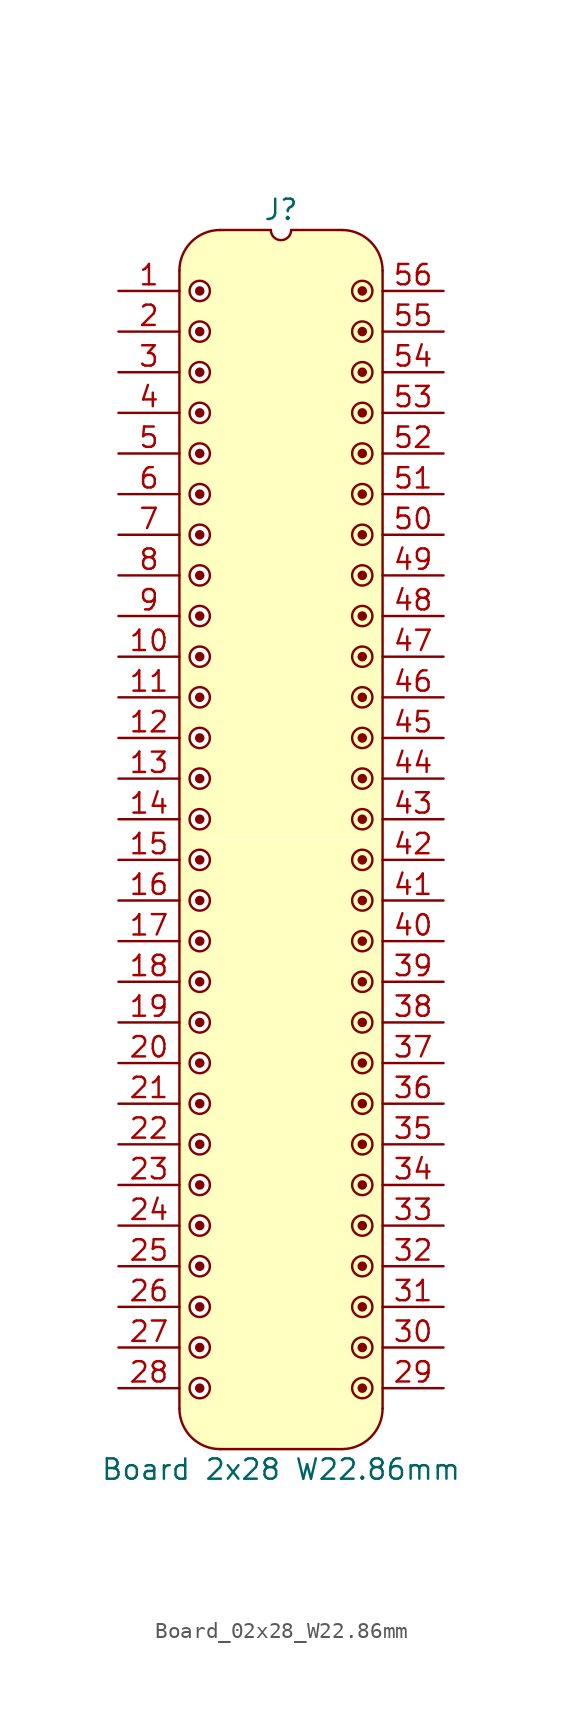
<source format=kicad_sym>
(kicad_symbol_lib
  (version 20241209)
  (generator "kicad_symbol_editor")
  (generator_version "9.0")
  (symbol "Board_02x28_W22.86mm"
    (pin_names
      (offset 1.016)
      (hide yes))
    (property "Reference" "J"
      (at 0 5.08 0)
      (effects (font (size 1.27 1.27))))
    (property "Value" "Board 2x28 W22.86mm"
      (at 0 -73.66 0)
      (effects (font (size 1.27 1.27))))
    (symbol "Board_02x28_W22.86mm_0_1"
      (polyline (pts (xy -6.35 1.27) (xy -6.35 -69.85)) (stroke (width 0) (type default)) (fill (type none)))
      (arc (start -3.8102 -72.3898) (mid -5.6063 -71.6459) (end -6.3502 -69.8498) (stroke (width 0) (type default)) (fill (type none)))
      (arc (start -6.35 1.27) (mid -5.6061 3.0661) (end -3.81 3.81) (stroke (width 0) (type default)) (fill (type none)))
      (polyline (pts (xy -3.81 3.81) (xy -0.635 3.81)) (stroke (width 0) (type default)) (fill (type none)))
      (arc (start 0.635 3.81) (mid 0 3.175) (end -0.635 3.81) (stroke (width 0) (type default)) (fill (type none)))
      (polyline (pts (xy 0.635 3.81) (xy 3.81 3.81)) (stroke (width 0) (type default)) (fill (type none)))
      (polyline (pts (xy 3.81 -72.39) (xy -3.81 -72.39)) (stroke (width 0) (type default)) (fill (type none)))
      (arc (start 3.81 3.81) (mid 5.6061 3.0661) (end 6.35 1.27) (stroke (width 0) (type default)) (fill (type none)))
      (arc (start 6.3498 -69.8498) (mid 5.6059 -71.6459) (end 3.8098 -72.3898) (stroke (width 0) (type default)) (fill (type none)))
      (polyline (pts (xy 6.35 -69.85) (xy 6.35 1.27)) (stroke (width 0) (type default)) (fill (type none))))
    (symbol "Board_02x28_W22.86mm_1_1"
      (polyline (pts (xy -6.35 1.27) (xy -6.096 2.286) (xy -5.588 3.048) (xy -4.826 3.556) (xy -4.064 3.81) (xy -0.762 3.81) (xy -0.508 3.302) (xy 0 3.048) (xy 0 -34.29) (xy -6.35 -34.29) (xy -6.35 1.27)) (stroke (width -0.0001) (type solid)) (fill (type background)))
      (polyline (pts (xy -6.35 -34.29) (xy 0 -34.29) (xy 0 -72.39) (xy -3.81 -72.39) (xy -4.826 -72.136) (xy -5.588 -71.628) (xy -6.096 -70.866) (xy -6.35 -69.85) (xy -6.35 -29.21)) (stroke (width -0.0001) (type solid)) (fill (type background)))
      (circle (center -5.08 0) (radius 0.0001) (stroke (width 0.3) (type solid)) (fill (type none)))
      (circle (center -5.08 0) (radius 0.635) (stroke (width 0) (type solid)) (fill (type color) (color 255 255 255 1)))
      (circle (center -5.08 -2.54) (radius 0.0001) (stroke (width 0.3) (type solid)) (fill (type none)))
      (circle (center -5.08 -2.54) (radius 0.635) (stroke (width 0) (type solid)) (fill (type color) (color 255 255 255 1)))
      (circle (center -5.08 -5.08) (radius 0.0001) (stroke (width 0.3) (type solid)) (fill (type none)))
      (circle (center -5.08 -5.08) (radius 0.635) (stroke (width 0) (type solid)) (fill (type color) (color 255 255 255 1)))
      (circle (center -5.08 -7.62) (radius 0.0001) (stroke (width 0.3) (type solid)) (fill (type none)))
      (circle (center -5.08 -7.62) (radius 0.635) (stroke (width 0) (type solid)) (fill (type color) (color 255 255 255 1)))
      (circle (center -5.08 -10.16) (radius 0.0001) (stroke (width 0.3) (type solid)) (fill (type none)))
      (circle (center -5.08 -10.16) (radius 0.635) (stroke (width 0) (type solid)) (fill (type color) (color 255 255 255 1)))
      (circle (center -5.08 -12.7) (radius 0.0001) (stroke (width 0.3) (type solid)) (fill (type none)))
      (circle (center -5.08 -12.7) (radius 0.635) (stroke (width 0) (type solid)) (fill (type color) (color 255 255 255 1)))
      (circle (center -5.08 -15.24) (radius 0.0001) (stroke (width 0.3) (type solid)) (fill (type none)))
      (circle (center -5.08 -15.24) (radius 0.635) (stroke (width 0) (type solid)) (fill (type color) (color 255 255 255 1)))
      (circle (center -5.08 -17.78) (radius 0.0001) (stroke (width 0.3) (type solid)) (fill (type none)))
      (circle (center -5.08 -17.78) (radius 0.635) (stroke (width 0) (type solid)) (fill (type color) (color 255 255 255 1)))
      (circle (center -5.08 -20.32) (radius 0.0001) (stroke (width 0.3) (type solid)) (fill (type none)))
      (circle (center -5.08 -20.32) (radius 0.635) (stroke (width 0) (type solid)) (fill (type color) (color 255 255 255 1)))
      (circle (center -5.08 -22.86) (radius 0.0001) (stroke (width 0.3) (type solid)) (fill (type none)))
      (circle (center -5.08 -22.86) (radius 0.635) (stroke (width 0) (type solid)) (fill (type color) (color 255 255 255 1)))
      (circle (center -5.08 -25.4) (radius 0.0001) (stroke (width 0.3) (type solid)) (fill (type none)))
      (circle (center -5.08 -25.4) (radius 0.635) (stroke (width 0) (type solid)) (fill (type color) (color 255 255 255 1)))
      (circle (center -5.08 -27.94) (radius 0.0001) (stroke (width 0.3) (type solid)) (fill (type none)))
      (circle (center -5.08 -27.94) (radius 0.635) (stroke (width 0) (type solid)) (fill (type color) (color 255 255 255 1)))
      (circle (center -5.08 -30.48) (radius 0.0001) (stroke (width 0.3) (type solid)) (fill (type none)))
      (circle (center -5.08 -30.48) (radius 0.635) (stroke (width 0) (type solid)) (fill (type color) (color 255 255 255 1)))
      (circle (center -5.08 -33.02) (radius 0.0001) (stroke (width 0.3) (type solid)) (fill (type none)))
      (circle (center -5.08 -33.02) (radius 0.635) (stroke (width 0) (type solid)) (fill (type color) (color 255 255 255 1)))
      (circle (center -5.08 -35.56) (radius 0.0001) (stroke (width 0.3) (type solid)) (fill (type none)))
      (circle (center -5.08 -35.56) (radius 0.635) (stroke (width 0) (type solid)) (fill (type color) (color 255 255 255 1)))
      (circle (center -5.08 -38.1) (radius 0.0001) (stroke (width 0.3) (type solid)) (fill (type none)))
      (circle (center -5.08 -38.1) (radius 0.635) (stroke (width 0) (type solid)) (fill (type color) (color 255 255 255 1)))
      (circle (center -5.08 -40.64) (radius 0.0001) (stroke (width 0.3) (type solid)) (fill (type none)))
      (circle (center -5.08 -40.64) (radius 0.635) (stroke (width 0) (type solid)) (fill (type color) (color 255 255 255 1)))
      (circle (center -5.08 -43.18) (radius 0.0001) (stroke (width 0.3) (type solid)) (fill (type none)))
      (circle (center -5.08 -43.18) (radius 0.635) (stroke (width 0) (type solid)) (fill (type color) (color 255 255 255 1)))
      (circle (center -5.08 -45.72) (radius 0.0001) (stroke (width 0.3) (type solid)) (fill (type none)))
      (circle (center -5.08 -45.72) (radius 0.635) (stroke (width 0) (type solid)) (fill (type color) (color 255 255 255 1)))
      (circle (center -5.08 -48.26) (radius 0.0001) (stroke (width 0.3) (type solid)) (fill (type none)))
      (circle (center -5.08 -48.26) (radius 0.635) (stroke (width 0) (type solid)) (fill (type color) (color 255 255 255 1)))
      (circle (center -5.08 -50.8) (radius 0.0001) (stroke (width 0.3) (type solid)) (fill (type none)))
      (circle (center -5.08 -50.8) (radius 0.635) (stroke (width 0) (type solid)) (fill (type color) (color 255 255 255 1)))
      (circle (center -5.08 -53.34) (radius 0.0001) (stroke (width 0.3) (type solid)) (fill (type none)))
      (circle (center -5.08 -53.34) (radius 0.635) (stroke (width 0) (type solid)) (fill (type color) (color 255 255 255 1)))
      (circle (center -5.08 -55.88) (radius 0.0001) (stroke (width 0.3) (type solid)) (fill (type none)))
      (circle (center -5.08 -55.88) (radius 0.635) (stroke (width 0) (type solid)) (fill (type color) (color 255 255 255 1)))
      (circle (center -5.08 -58.42) (radius 0.0001) (stroke (width 0.3) (type solid)) (fill (type none)))
      (circle (center -5.08 -58.42) (radius 0.635) (stroke (width 0) (type solid)) (fill (type color) (color 255 255 255 1)))
      (circle (center -5.08 -60.96) (radius 0.0001) (stroke (width 0.3) (type solid)) (fill (type none)))
      (circle (center -5.08 -60.96) (radius 0.635) (stroke (width 0) (type solid)) (fill (type color) (color 255 255 255 1)))
      (circle (center -5.08 -63.5) (radius 0.0001) (stroke (width 0.3) (type solid)) (fill (type none)))
      (circle (center -5.08 -63.5) (radius 0.635) (stroke (width 0) (type solid)) (fill (type color) (color 255 255 255 1)))
      (circle (center -5.08 -66.04) (radius 0.0001) (stroke (width 0.3) (type solid)) (fill (type none)))
      (circle (center -5.08 -66.04) (radius 0.635) (stroke (width 0) (type solid)) (fill (type color) (color 255 255 255 1)))
      (circle (center -5.08 -68.58) (radius 0.0001) (stroke (width 0.3) (type solid)) (fill (type none)))
      (circle (center -5.08 -68.58) (radius 0.635) (stroke (width 0) (type solid)) (fill (type color) (color 255 255 255 1)))
      (circle (center 5.08 0) (radius 0.0001) (stroke (width 0.3) (type solid)) (fill (type none)))
      (circle (center 5.08 0) (radius 0.635) (stroke (width 0) (type solid)) (fill (type color) (color 255 255 255 1)))
      (circle (center 5.08 -2.54) (radius 0.0001) (stroke (width 0.3) (type solid)) (fill (type none)))
      (circle (center 5.08 -2.54) (radius 0.635) (stroke (width 0) (type solid)) (fill (type color) (color 255 255 255 1)))
      (circle (center 5.08 -5.08) (radius 0.0001) (stroke (width 0.3) (type solid)) (fill (type none)))
      (circle (center 5.08 -5.08) (radius 0.635) (stroke (width 0) (type solid)) (fill (type color) (color 255 255 255 1)))
      (circle (center 5.08 -7.62) (radius 0.0001) (stroke (width 0.3) (type solid)) (fill (type none)))
      (circle (center 5.08 -7.62) (radius 0.635) (stroke (width 0) (type solid)) (fill (type color) (color 255 255 255 1)))
      (circle (center 5.08 -10.16) (radius 0.0001) (stroke (width 0.3) (type solid)) (fill (type none)))
      (circle (center 5.08 -10.16) (radius 0.635) (stroke (width 0) (type solid)) (fill (type color) (color 255 255 255 1)))
      (circle (center 5.08 -12.7) (radius 0.0001) (stroke (width 0.3) (type solid)) (fill (type none)))
      (circle (center 5.08 -12.7) (radius 0.635) (stroke (width 0) (type solid)) (fill (type color) (color 255 255 255 1)))
      (circle (center 5.08 -15.24) (radius 0.0001) (stroke (width 0.3) (type solid)) (fill (type none)))
      (circle (center 5.08 -15.24) (radius 0.635) (stroke (width 0) (type solid)) (fill (type color) (color 255 255 255 1)))
      (circle (center 5.08 -17.78) (radius 0.0001) (stroke (width 0.3) (type solid)) (fill (type none)))
      (circle (center 5.08 -17.78) (radius 0.635) (stroke (width 0) (type solid)) (fill (type color) (color 255 255 255 1)))
      (circle (center 5.08 -20.32) (radius 0.0001) (stroke (width 0.3) (type solid)) (fill (type none)))
      (circle (center 5.08 -20.32) (radius 0.635) (stroke (width 0) (type solid)) (fill (type color) (color 255 255 255 1)))
      (circle (center 5.08 -22.86) (radius 0.0001) (stroke (width 0.3) (type solid)) (fill (type none)))
      (circle (center 5.08 -22.86) (radius 0.635) (stroke (width 0) (type solid)) (fill (type color) (color 255 255 255 1)))
      (circle (center 5.08 -25.4) (radius 0.0001) (stroke (width 0.3) (type solid)) (fill (type none)))
      (circle (center 5.08 -25.4) (radius 0.635) (stroke (width 0) (type solid)) (fill (type color) (color 255 255 255 1)))
      (circle (center 5.08 -27.94) (radius 0.0001) (stroke (width 0.3) (type solid)) (fill (type none)))
      (circle (center 5.08 -27.94) (radius 0.635) (stroke (width 0) (type solid)) (fill (type color) (color 255 255 255 1)))
      (circle (center 5.08 -30.48) (radius 0.0001) (stroke (width 0.3) (type solid)) (fill (type none)))
      (circle (center 5.08 -30.48) (radius 0.635) (stroke (width 0) (type solid)) (fill (type color) (color 255 255 255 1)))
      (circle (center 5.08 -33.02) (radius 0.0001) (stroke (width 0.3) (type solid)) (fill (type none)))
      (circle (center 5.08 -33.02) (radius 0.635) (stroke (width 0) (type solid)) (fill (type color) (color 255 255 255 1)))
      (circle (center 5.08 -35.56) (radius 0.0001) (stroke (width 0.3) (type solid)) (fill (type none)))
      (circle (center 5.08 -35.56) (radius 0.635) (stroke (width 0) (type solid)) (fill (type color) (color 255 255 255 1)))
      (circle (center 5.08 -38.1) (radius 0.0001) (stroke (width 0.3) (type solid)) (fill (type none)))
      (circle (center 5.08 -38.1) (radius 0.635) (stroke (width 0) (type solid)) (fill (type color) (color 255 255 255 1)))
      (circle (center 5.08 -40.64) (radius 0.0001) (stroke (width 0.3) (type solid)) (fill (type none)))
      (circle (center 5.08 -40.64) (radius 0.635) (stroke (width 0) (type solid)) (fill (type color) (color 255 255 255 1)))
      (circle (center 5.08 -43.18) (radius 0.0001) (stroke (width 0.3) (type solid)) (fill (type none)))
      (circle (center 5.08 -43.18) (radius 0.635) (stroke (width 0) (type solid)) (fill (type color) (color 255 255 255 1)))
      (circle (center 5.08 -45.72) (radius 0.0001) (stroke (width 0.3) (type solid)) (fill (type none)))
      (circle (center 5.08 -45.72) (radius 0.635) (stroke (width 0) (type solid)) (fill (type color) (color 255 255 255 1)))
      (circle (center 5.08 -48.26) (radius 0.0001) (stroke (width 0.3) (type solid)) (fill (type none)))
      (circle (center 5.08 -48.26) (radius 0.635) (stroke (width 0) (type solid)) (fill (type color) (color 255 255 255 1)))
      (circle (center 5.08 -50.8) (radius 0.0001) (stroke (width 0.3) (type solid)) (fill (type none)))
      (circle (center 5.08 -50.8) (radius 0.635) (stroke (width 0) (type solid)) (fill (type color) (color 255 255 255 1)))
      (circle (center 5.08 -53.34) (radius 0.0001) (stroke (width 0.3) (type solid)) (fill (type none)))
      (circle (center 5.08 -53.34) (radius 0.635) (stroke (width 0) (type solid)) (fill (type color) (color 255 255 255 1)))
      (circle (center 5.08 -55.88) (radius 0.0001) (stroke (width 0.3) (type solid)) (fill (type none)))
      (circle (center 5.08 -55.88) (radius 0.635) (stroke (width 0) (type solid)) (fill (type color) (color 255 255 255 1)))
      (circle (center 5.08 -58.42) (radius 0.0001) (stroke (width 0.3) (type solid)) (fill (type none)))
      (circle (center 5.08 -58.42) (radius 0.635) (stroke (width 0) (type solid)) (fill (type color) (color 255 255 255 1)))
      (circle (center 5.08 -60.96) (radius 0.0001) (stroke (width 0.3) (type solid)) (fill (type none)))
      (circle (center 5.08 -60.96) (radius 0.635) (stroke (width 0) (type solid)) (fill (type color) (color 255 255 255 1)))
      (circle (center 5.08 -63.5) (radius 0.0001) (stroke (width 0.3) (type solid)) (fill (type none)))
      (circle (center 5.08 -63.5) (radius 0.635) (stroke (width 0) (type solid)) (fill (type color) (color 255 255 255 1)))
      (circle (center 5.08 -66.04) (radius 0.0001) (stroke (width 0.3) (type solid)) (fill (type none)))
      (circle (center 5.08 -66.04) (radius 0.635) (stroke (width 0) (type solid)) (fill (type color) (color 255 255 255 1)))
      (circle (center 5.08 -68.58) (radius 0.0001) (stroke (width 0.3) (type solid)) (fill (type none)))
      (circle (center 5.08 -68.58) (radius 0.635) (stroke (width 0) (type solid)) (fill (type color) (color 255 255 255 1)))
      (polyline (pts (xy 6.35 1.27) (xy 6.096 2.286) (xy 5.588 3.048) (xy 4.826 3.556) (xy 4.064 3.81) (xy 0.762 3.81) (xy 0.508 3.302) (xy 0 3.048) (xy 0 -34.29) (xy 6.35 -34.29) (xy 6.35 1.27)) (stroke (width -0.0001) (type solid)) (fill (type background)))
      (polyline (pts (xy 6.35 -34.29) (xy 0 -34.29) (xy 0 -72.39) (xy 3.81 -72.39) (xy 4.826 -72.136) (xy 5.588 -71.628) (xy 6.096 -70.866) (xy 6.35 -69.85)) (stroke (width -0.0001) (type solid)) (fill (type background)))
      (pin passive line (at -10.16 0 0) (length 3.81) (name "" (effects (font (size 1.27 1.27)))) (number "1" (effects (font (size 1.27 1.27)))))
      (pin passive line (at -10.16 -2.54 0) (length 3.81) (name "" (effects (font (size 1.27 1.27)))) (number "2" (effects (font (size 1.27 1.27)))))
      (pin passive line (at -10.16 -5.08 0) (length 3.81) (name "" (effects (font (size 1.27 1.27)))) (number "3" (effects (font (size 1.27 1.27)))))
      (pin passive line (at -10.16 -7.62 0) (length 3.81) (name "" (effects (font (size 1.27 1.27)))) (number "4" (effects (font (size 1.27 1.27)))))
      (pin passive line (at -10.16 -10.16 0) (length 3.81) (name "" (effects (font (size 1.27 1.27)))) (number "5" (effects (font (size 1.27 1.27)))))
      (pin passive line (at -10.16 -12.7 0) (length 3.81) (name "" (effects (font (size 1.27 1.27)))) (number "6" (effects (font (size 1.27 1.27)))))
      (pin passive line (at -10.16 -15.24 0) (length 3.81) (name "" (effects (font (size 1.27 1.27)))) (number "7" (effects (font (size 1.27 1.27)))))
      (pin passive line (at -10.16 -17.78 0) (length 3.81) (name "" (effects (font (size 1.27 1.27)))) (number "8" (effects (font (size 1.27 1.27)))))
      (pin passive line (at -10.16 -20.32 0) (length 3.81) (name "" (effects (font (size 1.27 1.27)))) (number "9" (effects (font (size 1.27 1.27)))))
      (pin passive line (at -10.16 -22.86 0) (length 3.81) (name "" (effects (font (size 1.27 1.27)))) (number "10" (effects (font (size 1.27 1.27)))))
      (pin passive line (at -10.16 -25.4 0) (length 3.81) (name "" (effects (font (size 1.27 1.27)))) (number "11" (effects (font (size 1.27 1.27)))))
      (pin passive line (at -10.16 -27.94 0) (length 3.81) (name "" (effects (font (size 1.27 1.27)))) (number "12" (effects (font (size 1.27 1.27)))))
      (pin passive line (at -10.16 -30.48 0) (length 3.81) (name "" (effects (font (size 1.27 1.27)))) (number "13" (effects (font (size 1.27 1.27)))))
      (pin passive line (at -10.16 -33.02 0) (length 3.81) (name "" (effects (font (size 1.27 1.27)))) (number "14" (effects (font (size 1.27 1.27)))))
      (pin passive line (at -10.16 -35.56 0) (length 3.81) (name "" (effects (font (size 1.27 1.27)))) (number "15" (effects (font (size 1.27 1.27)))))
      (pin passive line (at -10.16 -38.1 0) (length 3.81) (name "" (effects (font (size 1.27 1.27)))) (number "16" (effects (font (size 1.27 1.27)))))
      (pin passive line (at -10.16 -40.64 0) (length 3.81) (name "" (effects (font (size 1.27 1.27)))) (number "17" (effects (font (size 1.27 1.27)))))
      (pin passive line (at -10.16 -43.18 0) (length 3.81) (name "" (effects (font (size 1.27 1.27)))) (number "18" (effects (font (size 1.27 1.27)))))
      (pin passive line (at -10.16 -45.72 0) (length 3.81) (name "" (effects (font (size 1.27 1.27)))) (number "19" (effects (font (size 1.27 1.27)))))
      (pin passive line (at -10.16 -48.26 0) (length 3.81) (name "" (effects (font (size 1.27 1.27)))) (number "20" (effects (font (size 1.27 1.27)))))
      (pin passive line (at -10.16 -50.8 0) (length 3.81) (name "" (effects (font (size 1.27 1.27)))) (number "21" (effects (font (size 1.27 1.27)))))
      (pin passive line (at -10.16 -53.34 0) (length 3.81) (name "" (effects (font (size 1.27 1.27)))) (number "22" (effects (font (size 1.27 1.27)))))
      (pin passive line (at -10.16 -55.88 0) (length 3.81) (name "" (effects (font (size 1.27 1.27)))) (number "23" (effects (font (size 1.27 1.27)))))
      (pin passive line (at -10.16 -58.42 0) (length 3.81) (name "" (effects (font (size 1.27 1.27)))) (number "24" (effects (font (size 1.27 1.27)))))
      (pin passive line (at -10.16 -60.96 0) (length 3.81) (name "" (effects (font (size 1.27 1.27)))) (number "25" (effects (font (size 1.27 1.27)))))
      (pin passive line (at -10.16 -63.5 0) (length 3.81) (name "" (effects (font (size 1.27 1.27)))) (number "26" (effects (font (size 1.27 1.27)))))
      (pin passive line (at -10.16 -66.04 0) (length 3.81) (name "" (effects (font (size 1.27 1.27)))) (number "27" (effects (font (size 1.27 1.27)))))
      (pin passive line (at -10.16 -68.58 0) (length 3.81) (name "" (effects (font (size 1.27 1.27)))) (number "28" (effects (font (size 1.27 1.27)))))
      (pin passive line (at 10.16 0 180) (length 3.81) (name "" (effects (font (size 1.27 1.27)))) (number "56" (effects (font (size 1.27 1.27)))))
      (pin passive line (at 10.16 -2.54 180) (length 3.81) (name "" (effects (font (size 1.27 1.27)))) (number "55" (effects (font (size 1.27 1.27)))))
      (pin passive line (at 10.16 -5.08 180) (length 3.81) (name "" (effects (font (size 1.27 1.27)))) (number "54" (effects (font (size 1.27 1.27)))))
      (pin passive line (at 10.16 -7.62 180) (length 3.81) (name "" (effects (font (size 1.27 1.27)))) (number "53" (effects (font (size 1.27 1.27)))))
      (pin passive line (at 10.16 -10.16 180) (length 3.81) (name "" (effects (font (size 1.27 1.27)))) (number "52" (effects (font (size 1.27 1.27)))))
      (pin passive line (at 10.16 -12.7 180) (length 3.81) (name "" (effects (font (size 1.27 1.27)))) (number "51" (effects (font (size 1.27 1.27)))))
      (pin passive line (at 10.16 -15.24 180) (length 3.81) (name "" (effects (font (size 1.27 1.27)))) (number "50" (effects (font (size 1.27 1.27)))))
      (pin passive line (at 10.16 -17.78 180) (length 3.81) (name "" (effects (font (size 1.27 1.27)))) (number "49" (effects (font (size 1.27 1.27)))))
      (pin passive line (at 10.16 -20.32 180) (length 3.81) (name "" (effects (font (size 1.27 1.27)))) (number "48" (effects (font (size 1.27 1.27)))))
      (pin passive line (at 10.16 -22.86 180) (length 3.81) (name "" (effects (font (size 1.27 1.27)))) (number "47" (effects (font (size 1.27 1.27)))))
      (pin passive line (at 10.16 -25.4 180) (length 3.81) (name "" (effects (font (size 1.27 1.27)))) (number "46" (effects (font (size 1.27 1.27)))))
      (pin passive line (at 10.16 -27.94 180) (length 3.81) (name "" (effects (font (size 1.27 1.27)))) (number "45" (effects (font (size 1.27 1.27)))))
      (pin passive line (at 10.16 -30.48 180) (length 3.81) (name "" (effects (font (size 1.27 1.27)))) (number "44" (effects (font (size 1.27 1.27)))))
      (pin passive line (at 10.16 -33.02 180) (length 3.81) (name "" (effects (font (size 1.27 1.27)))) (number "43" (effects (font (size 1.27 1.27)))))
      (pin passive line (at 10.16 -35.56 180) (length 3.81) (name "" (effects (font (size 1.27 1.27)))) (number "42" (effects (font (size 1.27 1.27)))))
      (pin passive line (at 10.16 -38.1 180) (length 3.81) (name "" (effects (font (size 1.27 1.27)))) (number "41" (effects (font (size 1.27 1.27)))))
      (pin passive line (at 10.16 -40.64 180) (length 3.81) (name "" (effects (font (size 1.27 1.27)))) (number "40" (effects (font (size 1.27 1.27)))))
      (pin passive line (at 10.16 -43.18 180) (length 3.81) (name "" (effects (font (size 1.27 1.27)))) (number "39" (effects (font (size 1.27 1.27)))))
      (pin passive line (at 10.16 -45.72 180) (length 3.81) (name "" (effects (font (size 1.27 1.27)))) (number "38" (effects (font (size 1.27 1.27)))))
      (pin passive line (at 10.16 -48.26 180) (length 3.81) (name "" (effects (font (size 1.27 1.27)))) (number "37" (effects (font (size 1.27 1.27)))))
      (pin passive line (at 10.16 -50.8 180) (length 3.81) (name "" (effects (font (size 1.27 1.27)))) (number "36" (effects (font (size 1.27 1.27)))))
      (pin passive line (at 10.16 -53.34 180) (length 3.81) (name "" (effects (font (size 1.27 1.27)))) (number "35" (effects (font (size 1.27 1.27)))))
      (pin passive line (at 10.16 -55.88 180) (length 3.81) (name "" (effects (font (size 1.27 1.27)))) (number "34" (effects (font (size 1.27 1.27)))))
      (pin passive line (at 10.16 -58.42 180) (length 3.81) (name "" (effects (font (size 1.27 1.27)))) (number "33" (effects (font (size 1.27 1.27)))))
      (pin passive line (at 10.16 -60.96 180) (length 3.81) (name "" (effects (font (size 1.27 1.27)))) (number "32" (effects (font (size 1.27 1.27)))))
      (pin passive line (at 10.16 -63.5 180) (length 3.81) (name "" (effects (font (size 1.27 1.27)))) (number "31" (effects (font (size 1.27 1.27)))))
      (pin passive line (at 10.16 -66.04 180) (length 3.81) (name "" (effects (font (size 1.27 1.27)))) (number "30" (effects (font (size 1.27 1.27)))))
      (pin passive line (at 10.16 -68.58 180) (length 3.81) (name "" (effects (font (size 1.27 1.27)))) (number "29" (effects (font (size 1.27 1.27))))))))
</source>
